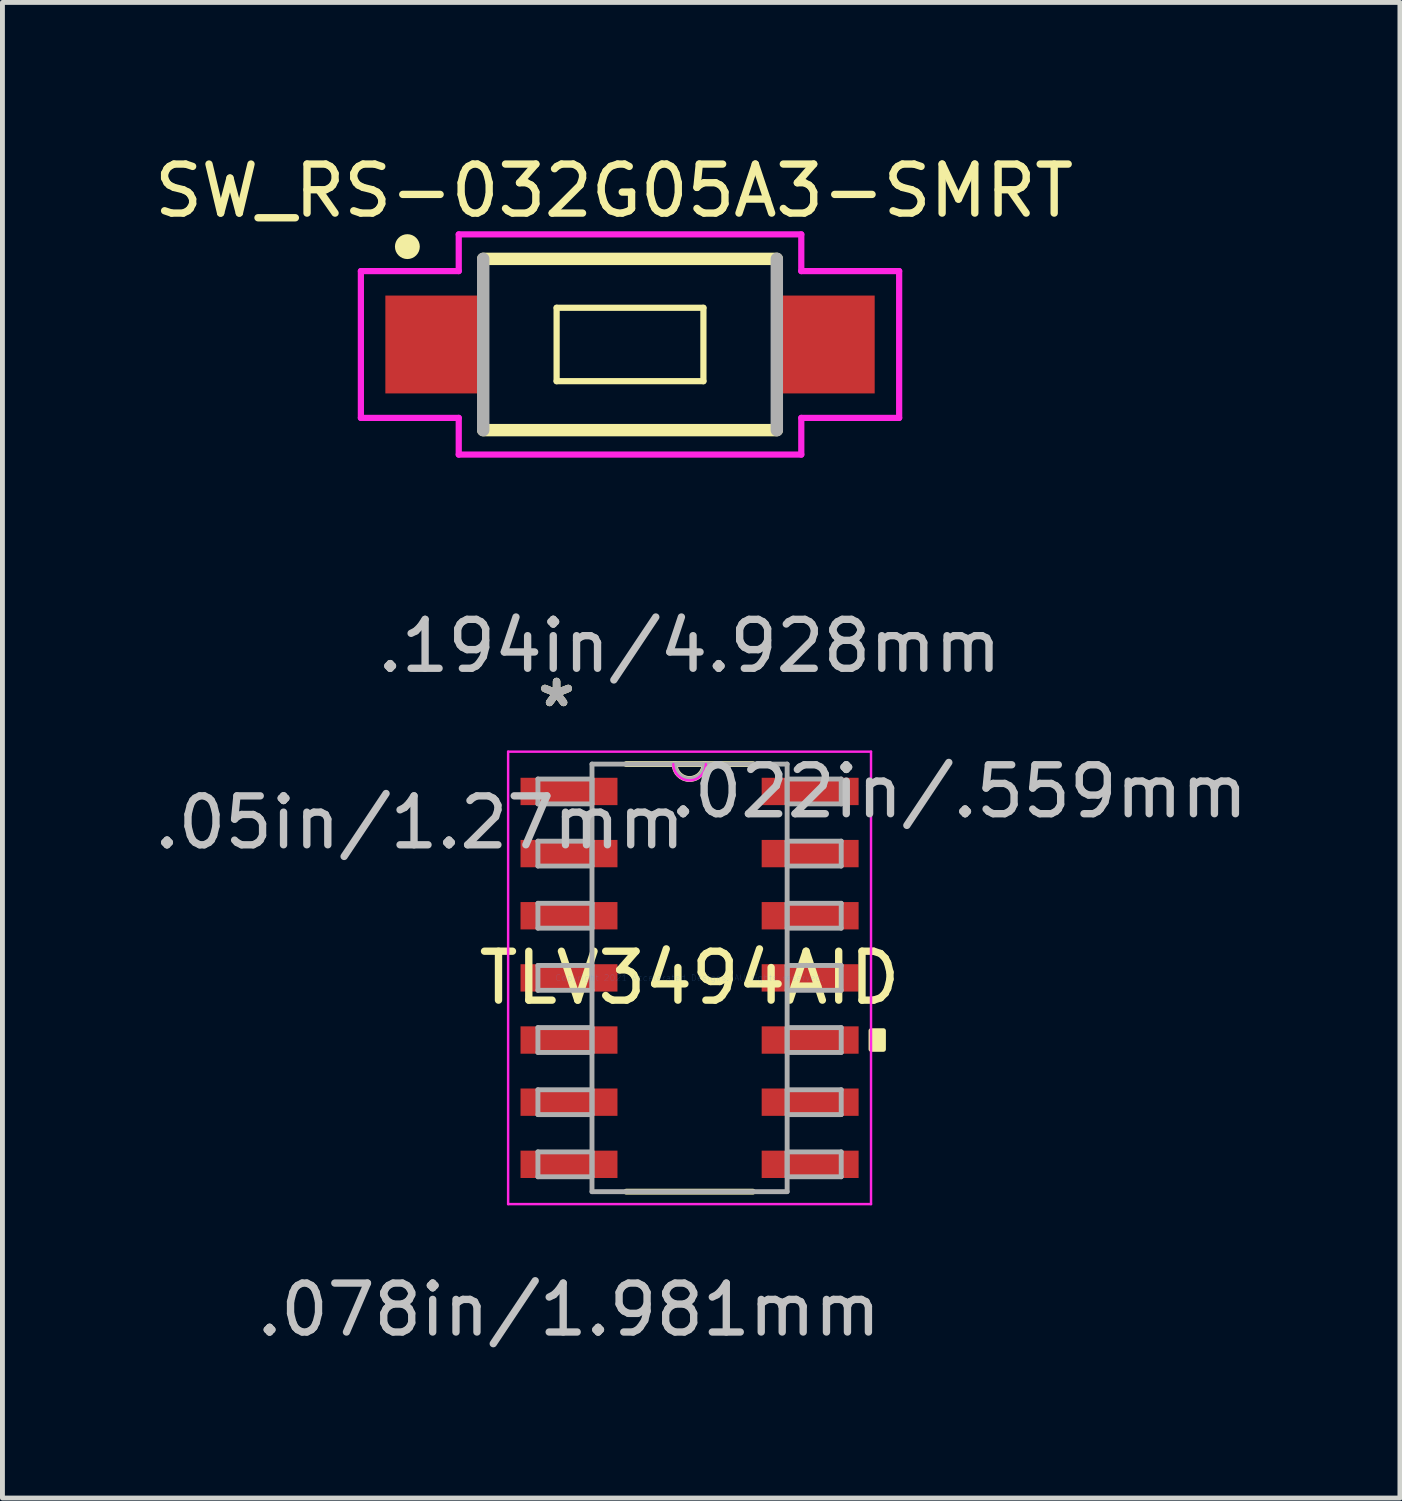
<source format=kicad_pcb>
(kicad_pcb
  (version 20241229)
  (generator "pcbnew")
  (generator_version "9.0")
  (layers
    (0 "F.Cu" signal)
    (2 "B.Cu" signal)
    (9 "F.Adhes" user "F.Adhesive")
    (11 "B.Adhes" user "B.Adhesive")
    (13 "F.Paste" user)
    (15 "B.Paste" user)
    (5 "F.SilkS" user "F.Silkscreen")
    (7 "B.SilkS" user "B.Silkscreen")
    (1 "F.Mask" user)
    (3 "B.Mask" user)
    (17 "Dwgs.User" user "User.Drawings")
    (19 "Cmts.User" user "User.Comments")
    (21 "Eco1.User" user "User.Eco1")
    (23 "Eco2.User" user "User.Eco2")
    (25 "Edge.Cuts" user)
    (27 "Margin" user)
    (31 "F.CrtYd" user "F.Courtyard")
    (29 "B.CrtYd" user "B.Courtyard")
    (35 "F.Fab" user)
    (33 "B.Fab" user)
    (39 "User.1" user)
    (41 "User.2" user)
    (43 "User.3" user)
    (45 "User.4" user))
  (footprint "TLV3494AID"
    (layer "F.Cu")
    (at 11.042 16.934)
    (property "Reference" "TLV3494AID" (at 0 0 0) (layer "F.SilkS") (effects (font (size 1 1) (thickness 0.15))))
    (attr through_hole)
    (fp_line (start -1.293 4.369) (end 1.293 4.369) (stroke (width 0.12) (type solid)) (layer "F.SilkS"))
    (fp_line (start 1.293 -4.369) (end -1.293 -4.369) (stroke (width 0.12) (type solid)) (layer "F.SilkS"))
    (fp_arc (start 0.3048 -4.3688) (mid 0 -4.064) (end -0.3048 -4.3688) (stroke (width 0.12) (type solid)) (layer "F.SilkS"))
    (fp_poly (pts (xy 3.962 1.079) (xy 3.962 1.46) (xy 3.708 1.46) (xy 3.708 1.079)) (stroke (width 0.1) (type solid)) (fill yes) (layer "F.SilkS"))
    (fp_line (start -3.708 -4.623) (end 3.708 -4.623) (stroke (width 0.05) (type solid)) (layer "F.CrtYd"))
    (fp_line (start -3.708 4.623) (end -3.708 -4.623) (stroke (width 0.05) (type solid)) (layer "F.CrtYd"))
    (fp_line (start 3.708 -4.623) (end 3.708 4.623) (stroke (width 0.05) (type solid)) (layer "F.CrtYd"))
    (fp_line (start 3.708 4.623) (end -3.708 4.623) (stroke (width 0.05) (type solid)) (layer "F.CrtYd"))
    (fp_arc (start 0.332317 -4.3688) (mid 0 -4.036483) (end -0.332317 -4.3688) (stroke (width 0.05) (type solid)) (layer "F.CrtYd"))
    (fp_line (start -3.099 -4.064) (end -3.099 -3.556) (stroke (width 0.1) (type solid)) (layer "F.Fab"))
    (fp_line (start -3.099 -3.556) (end -1.994 -3.556) (stroke (width 0.1) (type solid)) (layer "F.Fab"))
    (fp_line (start -3.099 -2.794) (end -3.099 -2.286) (stroke (width 0.1) (type solid)) (layer "F.Fab"))
    (fp_line (start -3.099 -2.286) (end -1.994 -2.286) (stroke (width 0.1) (type solid)) (layer "F.Fab"))
    (fp_line (start -3.099 -1.524) (end -3.099 -1.016) (stroke (width 0.1) (type solid)) (layer "F.Fab"))
    (fp_line (start -3.099 -1.016) (end -1.994 -1.016) (stroke (width 0.1) (type solid)) (layer "F.Fab"))
    (fp_line (start -3.099 -0.254) (end -3.099 0.254) (stroke (width 0.1) (type solid)) (layer "F.Fab"))
    (fp_line (start -3.099 0.254) (end -1.994 0.254) (stroke (width 0.1) (type solid)) (layer "F.Fab"))
    (fp_line (start -3.099 1.016) (end -3.099 1.524) (stroke (width 0.1) (type solid)) (layer "F.Fab"))
    (fp_line (start -3.099 1.524) (end -1.994 1.524) (stroke (width 0.1) (type solid)) (layer "F.Fab"))
    (fp_line (start -3.099 2.286) (end -3.099 2.794) (stroke (width 0.1) (type solid)) (layer "F.Fab"))
    (fp_line (start -3.099 2.794) (end -1.994 2.794) (stroke (width 0.1) (type solid)) (layer "F.Fab"))
    (fp_line (start -3.099 3.556) (end -3.099 4.064) (stroke (width 0.1) (type solid)) (layer "F.Fab"))
    (fp_line (start -3.099 4.064) (end -1.994 4.064) (stroke (width 0.1) (type solid)) (layer "F.Fab"))
    (fp_line (start -1.994 -4.369) (end -1.994 4.369) (stroke (width 0.1) (type solid)) (layer "F.Fab"))
    (fp_line (start -1.994 -4.064) (end -3.099 -4.064) (stroke (width 0.1) (type solid)) (layer "F.Fab"))
    (fp_line (start -1.994 -3.556) (end -1.994 -4.064) (stroke (width 0.1) (type solid)) (layer "F.Fab"))
    (fp_line (start -1.994 -2.794) (end -3.099 -2.794) (stroke (width 0.1) (type solid)) (layer "F.Fab"))
    (fp_line (start -1.994 -2.286) (end -1.994 -2.794) (stroke (width 0.1) (type solid)) (layer "F.Fab"))
    (fp_line (start -1.994 -1.524) (end -3.099 -1.524) (stroke (width 0.1) (type solid)) (layer "F.Fab"))
    (fp_line (start -1.994 -1.016) (end -1.994 -1.524) (stroke (width 0.1) (type solid)) (layer "F.Fab"))
    (fp_line (start -1.994 -0.254) (end -3.099 -0.254) (stroke (width 0.1) (type solid)) (layer "F.Fab"))
    (fp_line (start -1.994 0.254) (end -1.994 -0.254) (stroke (width 0.1) (type solid)) (layer "F.Fab"))
    (fp_line (start -1.994 1.016) (end -3.099 1.016) (stroke (width 0.1) (type solid)) (layer "F.Fab"))
    (fp_line (start -1.994 1.524) (end -1.994 1.016) (stroke (width 0.1) (type solid)) (layer "F.Fab"))
    (fp_line (start -1.994 2.286) (end -3.099 2.286) (stroke (width 0.1) (type solid)) (layer "F.Fab"))
    (fp_line (start -1.994 2.794) (end -1.994 2.286) (stroke (width 0.1) (type solid)) (layer "F.Fab"))
    (fp_line (start -1.994 3.556) (end -3.099 3.556) (stroke (width 0.1) (type solid)) (layer "F.Fab"))
    (fp_line (start -1.994 4.064) (end -1.994 3.556) (stroke (width 0.1) (type solid)) (layer "F.Fab"))
    (fp_line (start -1.994 4.369) (end 1.994 4.369) (stroke (width 0.1) (type solid)) (layer "F.Fab"))
    (fp_line (start 1.994 -4.369) (end -1.994 -4.369) (stroke (width 0.1) (type solid)) (layer "F.Fab"))
    (fp_line (start 1.994 -4.064) (end 1.994 -3.556) (stroke (width 0.1) (type solid)) (layer "F.Fab"))
    (fp_line (start 1.994 -3.556) (end 3.099 -3.556) (stroke (width 0.1) (type solid)) (layer "F.Fab"))
    (fp_line (start 1.994 -2.794) (end 1.994 -2.286) (stroke (width 0.1) (type solid)) (layer "F.Fab"))
    (fp_line (start 1.994 -2.286) (end 3.099 -2.286) (stroke (width 0.1) (type solid)) (layer "F.Fab"))
    (fp_line (start 1.994 -1.524) (end 1.994 -1.016) (stroke (width 0.1) (type solid)) (layer "F.Fab"))
    (fp_line (start 1.994 -1.016) (end 3.099 -1.016) (stroke (width 0.1) (type solid)) (layer "F.Fab"))
    (fp_line (start 1.994 -0.254) (end 1.994 0.254) (stroke (width 0.1) (type solid)) (layer "F.Fab"))
    (fp_line (start 1.994 0.254) (end 3.099 0.254) (stroke (width 0.1) (type solid)) (layer "F.Fab"))
    (fp_line (start 1.994 1.016) (end 1.994 1.524) (stroke (width 0.1) (type solid)) (layer "F.Fab"))
    (fp_line (start 1.994 1.524) (end 3.099 1.524) (stroke (width 0.1) (type solid)) (layer "F.Fab"))
    (fp_line (start 1.994 2.286) (end 1.994 2.794) (stroke (width 0.1) (type solid)) (layer "F.Fab"))
    (fp_line (start 1.994 2.794) (end 3.099 2.794) (stroke (width 0.1) (type solid)) (layer "F.Fab"))
    (fp_line (start 1.994 3.556) (end 1.994 4.064) (stroke (width 0.1) (type solid)) (layer "F.Fab"))
    (fp_line (start 1.994 4.064) (end 3.099 4.064) (stroke (width 0.1) (type solid)) (layer "F.Fab"))
    (fp_line (start 1.994 4.369) (end 1.994 -4.369) (stroke (width 0.1) (type solid)) (layer "F.Fab"))
    (fp_line (start 3.099 -4.064) (end 1.994 -4.064) (stroke (width 0.1) (type solid)) (layer "F.Fab"))
    (fp_line (start 3.099 -3.556) (end 3.099 -4.064) (stroke (width 0.1) (type solid)) (layer "F.Fab"))
    (fp_line (start 3.099 -2.794) (end 1.994 -2.794) (stroke (width 0.1) (type solid)) (layer "F.Fab"))
    (fp_line (start 3.099 -2.286) (end 3.099 -2.794) (stroke (width 0.1) (type solid)) (layer "F.Fab"))
    (fp_line (start 3.099 -1.524) (end 1.994 -1.524) (stroke (width 0.1) (type solid)) (layer "F.Fab"))
    (fp_line (start 3.099 -1.016) (end 3.099 -1.524) (stroke (width 0.1) (type solid)) (layer "F.Fab"))
    (fp_line (start 3.099 -0.254) (end 1.994 -0.254) (stroke (width 0.1) (type solid)) (layer "F.Fab"))
    (fp_line (start 3.099 0.254) (end 3.099 -0.254) (stroke (width 0.1) (type solid)) (layer "F.Fab"))
    (fp_line (start 3.099 1.016) (end 1.994 1.016) (stroke (width 0.1) (type solid)) (layer "F.Fab"))
    (fp_line (start 3.099 1.524) (end 3.099 1.016) (stroke (width 0.1) (type solid)) (layer "F.Fab"))
    (fp_line (start 3.099 2.286) (end 1.994 2.286) (stroke (width 0.1) (type solid)) (layer "F.Fab"))
    (fp_line (start 3.099 2.794) (end 3.099 2.286) (stroke (width 0.1) (type solid)) (layer "F.Fab"))
    (fp_line (start 3.099 3.556) (end 1.994 3.556) (stroke (width 0.1) (type solid)) (layer "F.Fab"))
    (fp_line (start 3.099 4.064) (end 3.099 3.556) (stroke (width 0.1) (type solid)) (layer "F.Fab"))
    (fp_arc (start 0.3048 -4.3688) (mid 0 -4.064) (end -0.3048 -4.3688) (stroke (width 0.1) (type solid)) (layer "F.Fab"))
    (fp_text user "*" (at -2.718 -5.512 0) (layer "F.SilkS") (effects (font (size 1 1) (thickness 0.15))))
    (fp_text user "*" (at -2.718 -5.512 0) (layer "F.SilkS") (effects (font (size 1 1) (thickness 0.15))))
    (fp_text user ".194in/4.928mm" (at 0 -6.782 0) (layer "Dwgs.User") (effects (font (size 1 1) (thickness 0.15))))
    (fp_text user ".022in/.559mm" (at 5.512 -3.81 0) (layer "Dwgs.User") (effects (font (size 1 1) (thickness 0.15))))
    (fp_text user ".078in/1.981mm" (at -2.464 6.782 0) (layer "Dwgs.User") (effects (font (size 1 1) (thickness 0.15))))
    (fp_text user ".05in/1.27mm" (at -5.512 -3.175 0) (layer "Dwgs.User") (effects (font (size 1 1) (thickness 0.15))))
    (fp_text user "Copyright 2021 Accelerated Designs. All rights reserved." (at 0 0 0) (layer "Cmts.User") (effects (font (size 0.127 0.127) (thickness 0.002))))
    (fp_text user "*" (at -2.718 -5.512 0) (layer "F.Fab") (effects (font (size 1 1) (thickness 0.15))))
    (fp_text user "*" (at -2.718 -5.512 0) (layer "F.Fab") (effects (font (size 1 1) (thickness 0.15))))
    (pad "1" smd rect (at -2.464 -3.81) (size 1.981 0.559) (layers "F.Cu" "F.Mask" "F.Paste"))
    (pad "2" smd rect (at -2.464 -2.54) (size 1.981 0.559) (layers "F.Cu" "F.Mask" "F.Paste"))
    (pad "3" smd rect (at -2.464 -1.27) (size 1.981 0.559) (layers "F.Cu" "F.Mask" "F.Paste"))
    (pad "4" smd rect (at -2.464 0) (size 1.981 0.559) (layers "F.Cu" "F.Mask" "F.Paste"))
    (pad "5" smd rect (at -2.464 1.27) (size 1.981 0.559) (layers "F.Cu" "F.Mask" "F.Paste"))
    (pad "6" smd rect (at -2.464 2.54) (size 1.981 0.559) (layers "F.Cu" "F.Mask" "F.Paste"))
    (pad "7" smd rect (at -2.464 3.81) (size 1.981 0.559) (layers "F.Cu" "F.Mask" "F.Paste"))
    (pad "8" smd rect (at 2.464 3.81) (size 1.981 0.559) (layers "F.Cu" "F.Mask" "F.Paste"))
    (pad "9" smd rect (at 2.464 2.54) (size 1.981 0.559) (layers "F.Cu" "F.Mask" "F.Paste"))
    (pad "10" smd rect (at 2.464 1.27) (size 1.981 0.559) (layers "F.Cu" "F.Mask" "F.Paste"))
    (pad "11" smd rect (at 2.464 0) (size 1.981 0.559) (layers "F.Cu" "F.Mask" "F.Paste"))
    (pad "12" smd rect (at 2.464 -1.27) (size 1.981 0.559) (layers "F.Cu" "F.Mask" "F.Paste"))
    (pad "13" smd rect (at 2.464 -2.54) (size 1.981 0.559) (layers "F.Cu" "F.Mask" "F.Paste"))
    (pad "14" smd rect (at 2.464 -3.81) (size 1.981 0.559) (layers "F.Cu" "F.Mask" "F.Paste")))
  (footprint "SW_RS-032G05A3-SMRT"
    (layer "F.Cu")
    (at 9.825 3.99)
    (property "Reference" "SW_RS-032G05A3-SMRT" (at -0.326 -3.141 0) (layer "F.SilkS") (effects (font (size 1.002 1.002) (thickness 0.15))))
    (attr through_hole)
    (fp_line (start -3 1.75) (end 3 1.75) (stroke (width 0.254) (type solid)) (layer "F.SilkS"))
    (fp_line (start -1.5 -0.75) (end -1.5 0.75) (stroke (width 0.127) (type solid)) (layer "F.SilkS"))
    (fp_line (start -1.5 0.75) (end 1.5 0.75) (stroke (width 0.127) (type solid)) (layer "F.SilkS"))
    (fp_line (start 1.5 -0.75) (end -1.5 -0.75) (stroke (width 0.127) (type solid)) (layer "F.SilkS"))
    (fp_line (start 1.5 0.75) (end 1.5 -0.75) (stroke (width 0.127) (type solid)) (layer "F.SilkS"))
    (fp_line (start 3 -1.75) (end -3 -1.75) (stroke (width 0.254) (type solid)) (layer "F.SilkS"))
    (fp_circle (center -4.55 -2) (end -4.296 -2) (stroke (width 0) (type solid)) (fill yes) (layer "F.SilkS"))
    (fp_line (start -5.5 -1.5) (end -3.5 -1.5) (stroke (width 0.127) (type solid)) (layer "F.CrtYd"))
    (fp_line (start -5.5 1.5) (end -5.5 -1.5) (stroke (width 0.127) (type solid)) (layer "F.CrtYd"))
    (fp_line (start -3.5 -2.25) (end 3.5 -2.25) (stroke (width 0.127) (type solid)) (layer "F.CrtYd"))
    (fp_line (start -3.5 -1.5) (end -3.5 -2.25) (stroke (width 0.127) (type solid)) (layer "F.CrtYd"))
    (fp_line (start -3.5 1.5) (end -5.5 1.5) (stroke (width 0.127) (type solid)) (layer "F.CrtYd"))
    (fp_line (start -3.5 2.25) (end -3.5 1.5) (stroke (width 0.127) (type solid)) (layer "F.CrtYd"))
    (fp_line (start 3.5 -2.25) (end 3.5 -1.5) (stroke (width 0.127) (type solid)) (layer "F.CrtYd"))
    (fp_line (start 3.5 -1.5) (end 5.5 -1.5) (stroke (width 0.127) (type solid)) (layer "F.CrtYd"))
    (fp_line (start 3.5 1.5) (end 3.5 2.25) (stroke (width 0.127) (type solid)) (layer "F.CrtYd"))
    (fp_line (start 3.5 2.25) (end -3.5 2.25) (stroke (width 0.127) (type solid)) (layer "F.CrtYd"))
    (fp_line (start 5.5 -1.5) (end 5.5 1.5) (stroke (width 0.127) (type solid)) (layer "F.CrtYd"))
    (fp_line (start 5.5 1.5) (end 3.5 1.5) (stroke (width 0.127) (type solid)) (layer "F.CrtYd"))
    (fp_line (start -3 -1.75) (end -3 1.75) (stroke (width 0.254) (type solid)) (layer "F.Fab"))
    (fp_line (start 3 1.75) (end 3 -1.75) (stroke (width 0.254) (type solid)) (layer "F.Fab"))
    (pad "1" smd rect (at -4 0) (size 2 2) (layers "F.Cu" "F.Mask" "F.Paste"))
    (pad "2" smd rect (at 4 0) (size 2 2) (layers "F.Cu" "F.Mask" "F.Paste")))
  (gr_rect
    (start -3 -3)
    (end 25.559 27.564)
    (stroke (width 0.1) (type default))
    (fill no)
    (layer "Edge.Cuts")))
</source>
